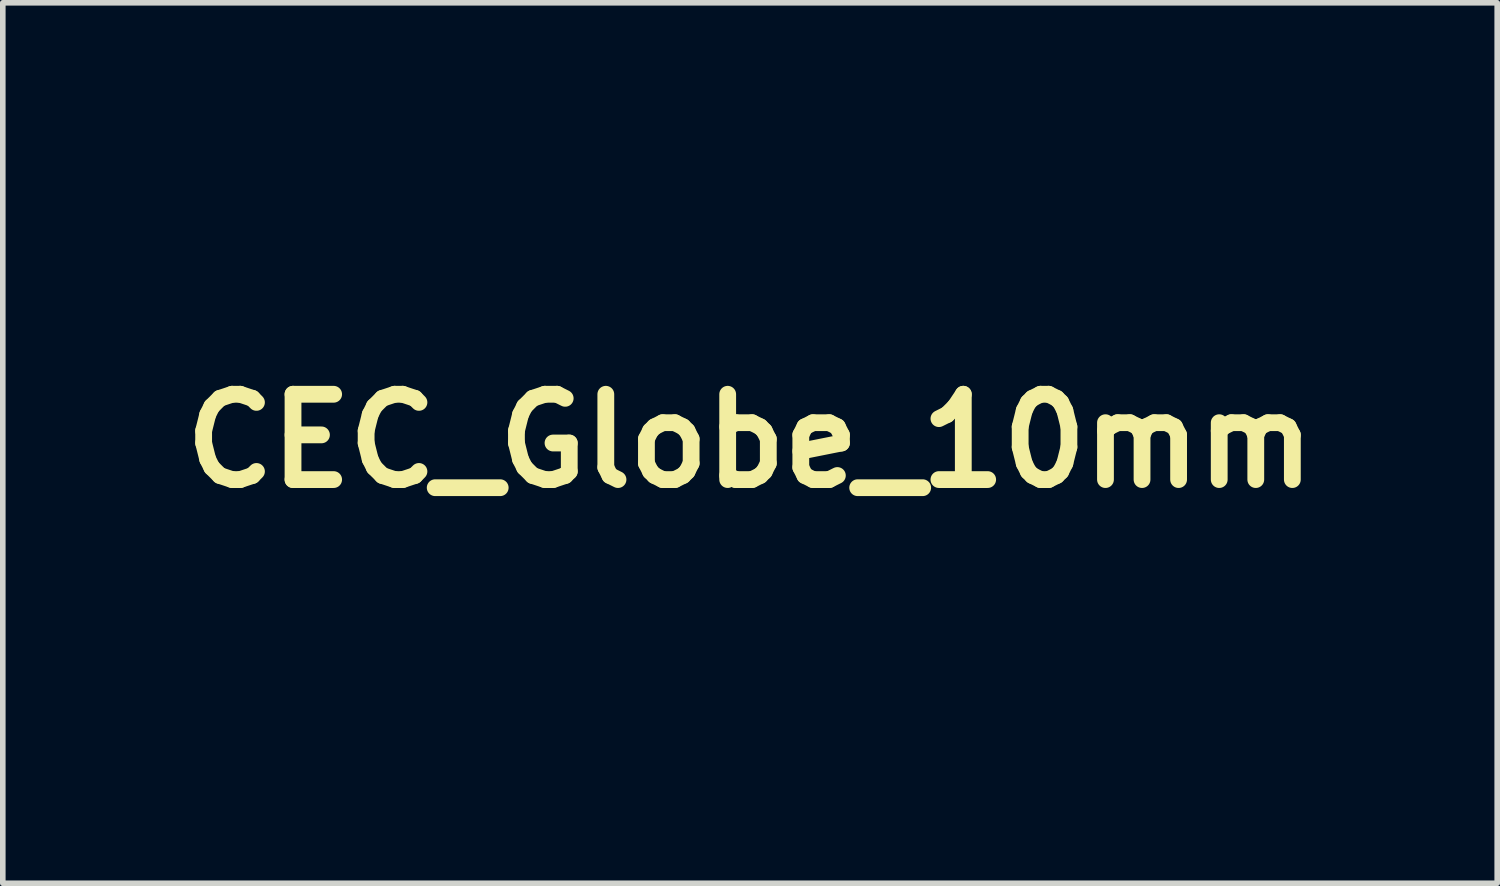
<source format=kicad_pcb>
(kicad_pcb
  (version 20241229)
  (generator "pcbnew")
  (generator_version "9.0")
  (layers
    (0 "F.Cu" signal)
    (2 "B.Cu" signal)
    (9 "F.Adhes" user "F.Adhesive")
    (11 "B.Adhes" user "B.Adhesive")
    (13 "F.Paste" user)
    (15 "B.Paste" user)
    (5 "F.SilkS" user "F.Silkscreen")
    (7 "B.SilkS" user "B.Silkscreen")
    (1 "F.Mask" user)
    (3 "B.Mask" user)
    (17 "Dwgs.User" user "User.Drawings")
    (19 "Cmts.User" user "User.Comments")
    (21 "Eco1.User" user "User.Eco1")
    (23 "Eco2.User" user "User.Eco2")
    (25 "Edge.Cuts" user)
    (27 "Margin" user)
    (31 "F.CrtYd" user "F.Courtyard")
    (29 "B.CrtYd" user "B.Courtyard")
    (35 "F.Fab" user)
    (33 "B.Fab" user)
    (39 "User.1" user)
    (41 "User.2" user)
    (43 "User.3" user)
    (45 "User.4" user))
  (footprint "CEC_Globe_10mm"
    (layer "F.Cu")
    (at 10.349 4.828)
    (property "Reference" "CEC_Globe_10mm" (at 0 0 0) (layer "F.SilkS") (effects (font (size 1.524 1.524) (thickness 0.3))))
    (attr through_hole)
    (fp_poly (pts (xy 0.23 -4.822) (xy 0.793 -4.777) (xy 1.267 -4.689) (xy 1.341 -4.668) (xy 2.158 -4.328) (xy 2.906 -3.848) (xy 3.436 -3.373) (xy 3.895 -2.845) (xy 4.241 -2.323) (xy 4.516 -1.742) (xy 4.586 -1.56) (xy 4.694 -1.135) (xy 4.761 -0.602) (xy 4.787 -0.017) (xy 4.769 0.565) (xy 4.708 1.088) (xy 4.623 1.439) (xy 4.251 2.306) (xy 3.759 3.063) (xy 3.154 3.7) (xy 2.442 4.21) (xy 2.106 4.388) (xy 1.728 4.554) (xy 1.345 4.7) (xy 1.025 4.8) (xy 0.948 4.818) (xy 0.591 4.867) (xy 0.139 4.893) (xy -0.334 4.896) (xy -0.753 4.874) (xy -0.931 4.852) (xy -1.397 4.736) (xy -1.918 4.547) (xy -2.414 4.315) (xy -2.683 4.159) (xy -3.248 3.72) (xy -2.794 3.72) (xy -2.723 3.791) (xy -2.534 3.913) (xy -2.259 4.065) (xy -2.107 4.143) (xy -1.742 4.318) (xy -1.472 4.433) (xy -1.311 4.483) (xy -1.272 4.464) (xy -1.36 4.379) (xy -1.496 4.269) (xy -1.576 4.205) (xy -0.926 4.205) (xy -0.869 4.341) (xy -0.759 4.471) (xy -0.61 4.592) (xy -0.468 4.653) (xy -0.378 4.644) (xy -0.38 4.628) (xy 0.36 4.628) (xy 0.403 4.646) (xy 0.459 4.629) (xy 0.645 4.579) (xy 0.718 4.572) (xy 0.837 4.524) (xy 1.039 4.4) (xy 1.15 4.322) (xy 1.511 4.322) (xy 1.525 4.349) (xy 1.638 4.317) (xy 1.651 4.313) (xy 1.883 4.213) (xy 2.163 4.07) (xy 2.26 4.015) (xy 2.536 3.84) (xy 2.658 3.722) (xy 2.628 3.658) (xy 2.481 3.642) (xy 2.242 3.713) (xy 1.933 3.927) (xy 1.82 4.023) (xy 1.606 4.219) (xy 1.511 4.322) (xy 1.15 4.322) (xy 1.281 4.23) (xy 1.523 4.046) (xy 1.725 3.877) (xy 1.846 3.753) (xy 1.863 3.718) (xy 1.787 3.671) (xy 1.597 3.644) (xy 1.495 3.641) (xy 1.278 3.653) (xy 1.118 3.713) (xy 0.959 3.85) (xy 0.791 4.043) (xy 0.546 4.342) (xy 0.405 4.532) (xy 0.36 4.628) (xy -0.38 4.628) (xy -0.386 4.555) (xy -0.389 4.551) (xy -0.522 4.362) (xy -0.678 4.203) (xy -0.811 4.115) (xy -0.859 4.114) (xy -0.926 4.205) (xy -1.576 4.205) (xy -1.709 4.096) (xy -1.876 3.958) (xy -2.207 3.731) (xy -2.309 3.698) (xy -1.863 3.698) (xy -1.804 3.783) (xy -1.655 3.927) (xy -1.587 3.986) (xy -1.414 4.125) (xy -1.329 4.158) (xy -1.293 4.096) (xy -1.284 4.05) (xy -1.283 3.848) (xy -1.303 3.762) (xy -1.341 3.732) (xy -0.762 3.732) (xy -0.714 3.833) (xy -0.594 4.01) (xy -0.438 4.219) (xy -0.282 4.412) (xy -0.161 4.542) (xy -0.117 4.572) (xy -0.099 4.495) (xy -0.088 4.298) (xy -0.085 4.106) (xy -0.085 3.641) (xy 0.085 3.641) (xy 0.088 4.128) (xy 0.092 4.614) (xy 0.469 4.193) (xy 0.661 3.97) (xy 0.797 3.795) (xy 0.847 3.706) (xy 0.771 3.667) (xy 0.579 3.644) (xy 0.466 3.641) (xy 0.085 3.641) (xy -0.085 3.641) (xy -0.423 3.641) (xy -0.636 3.661) (xy -0.753 3.712) (xy -0.762 3.732) (xy -1.341 3.732) (xy -1.396 3.691) (xy -1.565 3.647) (xy -1.74 3.638) (xy -1.852 3.672) (xy -1.863 3.698) (xy -2.309 3.698) (xy -2.483 3.643) (xy -2.528 3.641) (xy -2.711 3.663) (xy -2.794 3.716) (xy -2.794 3.72) (xy -3.248 3.72) (xy -3.271 3.702) (xy -3.808 3.14) (xy -4.267 2.511) (xy -4.533 2.011) (xy -4.233 2.011) (xy -4.178 2.168) (xy -4.036 2.407) (xy -3.836 2.69) (xy -3.608 2.978) (xy -3.383 3.232) (xy -3.191 3.413) (xy -3.094 3.475) (xy -2.878 3.531) (xy -2.645 3.55) (xy -2.47 3.527) (xy -2.433 3.506) (xy -2.45 3.415) (xy -2.547 3.234) (xy -2.66 3.061) (xy -2.862 2.759) (xy -3.059 2.44) (xy -3.136 2.307) (xy -3.259 2.098) (xy -3.298 2.061) (xy -3.048 2.061) (xy -3.002 2.192) (xy -2.881 2.416) (xy -2.713 2.691) (xy -2.524 2.973) (xy -2.343 3.221) (xy -2.202 3.386) (xy -1.986 3.511) (xy -1.733 3.539) (xy -1.509 3.47) (xy -1.424 3.387) (xy -0.533 3.387) (xy -0.511 3.512) (xy -0.353 3.544) (xy -0.31 3.54) (xy -0.207 3.506) (xy -0.149 3.414) (xy -0.121 3.223) (xy -0.114 3.071) (xy 0.084 3.071) (xy 0.093 3.331) (xy 0.135 3.492) (xy 0.145 3.503) (xy 0.259 3.535) (xy 0.478 3.543) (xy 0.59 3.539) (xy 0.784 3.521) (xy 0.917 3.477) (xy 0.951 3.444) (xy 1.319 3.444) (xy 1.32 3.484) (xy 1.435 3.536) (xy 1.646 3.554) (xy 1.885 3.537) (xy 2.084 3.488) (xy 2.109 3.475) (xy 2.12 3.466) (xy 2.455 3.466) (xy 2.519 3.549) (xy 2.678 3.55) (xy 2.887 3.48) (xy 3.101 3.348) (xy 3.152 3.304) (xy 3.316 3.15) (xy 3.361 3.076) (xy 3.299 3.053) (xy 3.239 3.05) (xy 3.085 3) (xy 3.048 2.921) (xy 3.008 2.808) (xy 2.973 2.794) (xy 2.878 2.858) (xy 2.737 3.012) (xy 2.592 3.204) (xy 2.485 3.378) (xy 2.455 3.466) (xy 2.12 3.466) (xy 2.234 3.366) (xy 2.409 3.161) (xy 2.579 2.931) (xy 2.748 2.677) (xy 2.832 2.511) (xy 2.844 2.382) (xy 2.798 2.242) (xy 2.783 2.207) (xy 2.693 2.045) (xy 2.573 1.969) (xy 2.363 1.948) (xy 2.284 1.947) (xy 1.9 1.947) (xy 1.588 2.679) (xy 1.456 3.005) (xy 1.363 3.272) (xy 1.319 3.444) (xy 0.951 3.444) (xy 1.025 3.374) (xy 1.145 3.181) (xy 1.281 2.921) (xy 1.488 2.521) (xy 1.613 2.249) (xy 1.652 2.08) (xy 1.598 1.99) (xy 1.444 1.954) (xy 1.186 1.947) (xy 1.037 1.947) (xy 0.37 1.947) (xy 0.227 2.247) (xy 0.155 2.472) (xy 0.106 2.766) (xy 0.084 3.071) (xy -0.114 3.071) (xy -0.111 3.006) (xy -0.107 2.744) (xy -0.119 2.64) (xy -0.15 2.679) (xy -0.166 2.728) (xy -0.273 2.965) (xy -0.414 3.183) (xy -0.533 3.387) (xy -1.424 3.387) (xy -1.412 3.376) (xy -1.386 3.257) (xy -1.426 3.061) (xy -1.538 2.759) (xy -1.61 2.593) (xy -1.825 2.102) (xy -1.628 2.102) (xy -1.575 2.282) (xy -1.508 2.455) (xy -1.404 2.69) (xy -1.321 2.843) (xy -1.29 2.879) (xy -1.274 2.804) (xy -1.284 2.617) (xy -1.295 2.528) (xy -1.379 2.222) (xy -1.525 2.058) (xy -1.625 2.033) (xy -1.628 2.102) (xy -1.825 2.102) (xy -1.893 1.947) (xy -2.471 1.947) (xy -2.798 1.957) (xy -2.982 1.99) (xy -3.047 2.05) (xy -3.048 2.061) (xy -3.298 2.061) (xy -3.372 1.991) (xy -3.537 1.953) (xy -3.783 1.947) (xy -4.033 1.958) (xy -4.197 1.986) (xy -4.233 2.011) (xy -4.533 2.011) (xy -4.617 1.853) (xy -4.828 1.228) (xy -4.89 0.803) (xy -4.917 0.277) (xy -4.914 0.075) (xy -4.682 0.075) (xy -4.631 0.624) (xy -4.583 0.968) (xy -4.512 1.292) (xy -4.453 1.475) (xy -4.367 1.655) (xy -4.267 1.744) (xy -4.095 1.775) (xy -3.899 1.778) (xy -3.656 1.767) (xy -3.502 1.738) (xy -3.473 1.714) (xy -3.489 1.608) (xy -3.533 1.377) (xy -3.595 1.062) (xy -3.63 0.889) (xy -3.736 0.366) (xy -3.556 0.366) (xy -3.53 0.615) (xy -3.464 0.931) (xy -3.374 1.255) (xy -3.277 1.525) (xy -3.198 1.672) (xy -3.058 1.735) (xy -2.776 1.771) (xy -2.526 1.778) (xy -1.94 1.778) (xy -1.995 1.46) (xy -2.066 1.065) (xy -2.103 0.9) (xy -1.934 0.9) (xy -1.913 0.984) (xy -1.843 1.078) (xy -1.758 1.03) (xy -1.704 0.915) (xy -1.76 0.831) (xy -1.872 0.772) (xy -1.914 0.785) (xy -1.934 0.9) (xy -2.103 0.9) (xy -2.125 0.8) (xy -2.193 0.628) (xy -2.289 0.513) (xy -2.435 0.419) (xy -2.628 0.32) (xy -2.871 0.214) (xy -2.001 0.214) (xy -1.999 0.219) (xy -1.952 0.409) (xy -1.947 0.473) (xy -1.882 0.568) (xy -1.735 0.588) (xy -1.581 0.528) (xy -1.556 0.506) (xy -1.421 0.477) (xy -1.19 0.519) (xy -0.913 0.614) (xy -0.636 0.74) (xy -0.406 0.878) (xy -0.271 1.008) (xy -0.254 1.061) (xy -0.208 1.172) (xy -0.169 1.185) (xy -0.125 1.108) (xy -0.095 0.902) (xy -0.085 0.635) (xy -0.085 0.085) (xy 0.085 0.085) (xy 0.085 0.664) (xy 0.09 0.974) (xy 0.114 1.159) (xy 0.172 1.263) (xy 0.276 1.33) (xy 0.296 1.339) (xy 0.463 1.476) (xy 0.508 1.607) (xy 0.523 1.695) (xy 0.59 1.746) (xy 0.746 1.77) (xy 1.024 1.778) (xy 1.139 1.778) (xy 1.77 1.778) (xy 1.952 1.778) (xy 2.373 1.778) (xy 2.629 1.767) (xy 2.756 1.727) (xy 2.791 1.642) (xy 2.791 1.63) (xy 2.74 1.444) (xy 2.738 1.442) (xy 4.18 1.442) (xy 4.196 1.531) (xy 4.263 1.579) (xy 4.327 1.476) (xy 4.383 1.303) (xy 4.397 1.231) (xy 4.353 1.217) (xy 4.266 1.286) (xy 4.18 1.442) (xy 2.738 1.442) (xy 2.67 1.325) (xy 2.594 1.155) (xy 2.597 1.05) (xy 2.592 0.946) (xy 2.556 0.931) (xy 2.405 0.903) (xy 2.336 0.88) (xy 2.222 0.895) (xy 2.125 1.045) (xy 2.037 1.345) (xy 2.004 1.503) (xy 1.952 1.778) (xy 1.77 1.778) (xy 1.858 1.46) (xy 1.929 1.169) (xy 1.936 1.005) (xy 1.879 0.938) (xy 1.829 0.931) (xy 1.713 0.879) (xy 1.559 0.748) (xy 1.405 0.58) (xy 1.322 0.466) (xy 4.403 0.466) (xy 4.445 0.508) (xy 4.487 0.466) (xy 4.445 0.423) (xy 4.403 0.466) (xy 1.322 0.466) (xy 1.287 0.418) (xy 1.239 0.302) (xy 1.258 0.272) (xy 1.314 0.221) (xy 4.178 0.221) (xy 4.191 0.254) (xy 4.267 0.335) (xy 4.281 0.339) (xy 4.317 0.273) (xy 4.318 0.254) (xy 4.253 0.173) (xy 4.228 0.169) (xy 4.178 0.221) (xy 1.314 0.221) (xy 1.35 0.189) (xy 1.355 0.162) (xy 1.277 0.125) (xy 1.071 0.098) (xy 0.779 0.085) (xy 0.72 0.085) (xy 0.085 0.085) (xy -0.085 0.085) (xy -0.546 0.085) (xy -0.852 0.103) (xy -1.122 0.15) (xy -1.226 0.184) (xy -1.415 0.241) (xy -1.537 0.19) (xy -1.543 0.184) (xy -1.702 0.105) (xy -1.846 0.085) (xy -1.992 0.113) (xy -2.001 0.214) (xy -2.871 0.214) (xy -2.918 0.193) (xy -3.183 0.108) (xy -3.323 0.086) (xy -3.483 0.105) (xy -3.546 0.2) (xy -3.556 0.366) (xy -3.736 0.366) (xy -3.785 0.127) (xy -4.682 0.075) (xy -4.914 0.075) (xy -4.91 -0.285) (xy -4.907 -0.315) (xy -4.682 -0.315) (xy -4.661 -0.167) (xy -4.582 -0.085) (xy -4.581 -0.085) (xy -4.378 -0.022) (xy -4.118 -0.007) (xy -3.895 -0.04) (xy -3.839 -0.065) (xy -3.79 -0.172) (xy -3.773 -0.249) (xy -3.582 -0.249) (xy -3.542 -0.111) (xy -3.538 -0.106) (xy -3.421 -0.01) (xy -3.284 -0.043) (xy -3.228 -0.076) (xy -3.164 -0.152) (xy -3.179 -0.217) (xy -2.578 -0.217) (xy -2.577 -0.074) (xy -2.556 -0.044) (xy -2.423 -0.006) (xy -2.288 -0.086) (xy -2.217 -0.234) (xy -2.222 -0.285) (xy -2.032 -0.285) (xy -2.006 -0.118) (xy -1.947 -0.039) (xy -1.89 -0.081) (xy -1.876 -0.128) (xy -1.899 -0.303) (xy -1.939 -0.365) (xy -2.012 -0.395) (xy -2.032 -0.285) (xy -2.222 -0.285) (xy -2.234 -0.383) (xy -2.313 -0.41) (xy -1.682 -0.41) (xy -1.677 -0.207) (xy -1.56 -0.078) (xy -1.503 -0.06) (xy -1.149 -0.02) (xy -0.747 -0.015) (xy -0.395 -0.045) (xy -0.349 -0.053) (xy -0.085 -0.106) (xy -0.085 -0.898) (xy 0.085 -0.898) (xy 0.087 -0.507) (xy 0.109 -0.255) (xy 0.175 -0.109) (xy 0.308 -0.04) (xy 0.533 -0.016) (xy 0.767 -0.01) (xy 1.025 -0.021) (xy 1.213 -0.095) (xy 1.344 -0.209) (xy 3.917 -0.209) (xy 3.934 -0.175) (xy 4.014 -0.087) (xy 4.029 -0.149) (xy 4.009 -0.215) (xy 3.946 -0.308) (xy 3.918 -0.306) (xy 3.917 -0.209) (xy 1.344 -0.209) (xy 1.409 -0.265) (xy 1.441 -0.298) (xy 1.622 -0.509) (xy 1.702 -0.698) (xy 1.715 -0.946) (xy 1.714 -0.975) (xy 1.714 -1.034) (xy 2.218 -1.034) (xy 2.242 -0.953) (xy 2.403 -0.931) (xy 2.603 -0.883) (xy 2.705 -0.809) (xy 2.853 -0.719) (xy 3.083 -0.658) (xy 3.118 -0.654) (xy 3.341 -0.629) (xy 3.487 -0.609) (xy 3.499 -0.607) (xy 3.544 -0.662) (xy 3.54 -0.741) (xy 3.525 -0.762) (xy 3.725 -0.762) (xy 3.754 -0.68) (xy 3.763 -0.677) (xy 3.835 -0.737) (xy 3.852 -0.762) (xy 3.846 -0.84) (xy 3.815 -0.847) (xy 3.729 -0.785) (xy 3.725 -0.762) (xy 3.525 -0.762) (xy 3.466 -0.846) (xy 3.272 -0.903) (xy 3.146 -0.915) (xy 2.907 -0.95) (xy 2.819 -1.014) (xy 2.823 -1.053) (xy 2.788 -1.167) (xy 2.668 -1.254) (xy 2.491 -1.297) (xy 2.351 -1.21) (xy 2.336 -1.194) (xy 2.218 -1.034) (xy 1.714 -1.034) (xy 1.717 -1.22) (xy 1.762 -1.334) (xy 1.828 -1.355) (xy 1.928 -1.418) (xy 1.931 -1.503) (xy 1.898 -1.57) (xy 1.81 -1.615) (xy 1.636 -1.645) (xy 1.347 -1.663) (xy 0.994 -1.675) (xy 0.085 -1.699) (xy 0.085 -0.898) (xy -0.085 -0.898) (xy -0.085 -1.693) (xy -0.372 -1.693) (xy -0.603 -1.656) (xy -0.708 -1.566) (xy -0.819 -1.454) (xy -0.882 -1.439) (xy -1.038 -1.379) (xy -1.224 -1.235) (xy -1.378 -1.063) (xy -1.442 -0.922) (xy -1.492 -0.765) (xy -1.569 -0.64) (xy -1.682 -0.41) (xy -2.313 -0.41) (xy -2.355 -0.423) (xy -2.49 -0.359) (xy -2.578 -0.217) (xy -3.179 -0.217) (xy -3.193 -0.276) (xy -3.267 -0.414) (xy -3.384 -0.587) (xy -3.47 -0.675) (xy -3.48 -0.677) (xy -3.543 -0.605) (xy -3.58 -0.438) (xy -3.582 -0.249) (xy -3.773 -0.249) (xy -3.739 -0.409) (xy -3.696 -0.733) (xy -3.68 -0.91) (xy -3.619 -1.693) (xy -3.997 -1.693) (xy -4.234 -1.684) (xy -4.36 -1.629) (xy -4.437 -1.483) (xy -4.481 -1.343) (xy -4.561 -1.031) (xy -4.634 -0.679) (xy -4.651 -0.578) (xy -4.682 -0.315) (xy -4.907 -0.315) (xy -4.869 -0.818) (xy -4.796 -1.259) (xy -4.783 -1.312) (xy -4.563 -1.896) (xy -4.194 -1.896) (xy -4.1 -1.805) (xy -3.915 -1.818) (xy -3.742 -1.866) (xy -3.666 -1.893) (xy -3.668 -1.979) (xy -3.691 -2.179) (xy -3.712 -2.331) (xy -3.726 -2.427) (xy -1.593 -2.427) (xy -1.501 -2.374) (xy -1.448 -2.371) (xy -1.282 -2.445) (xy -1.195 -2.658) (xy -1.185 -2.801) (xy -1.141 -2.942) (xy -1.026 -2.963) (xy -0.867 -2.882) (xy -0.691 -2.717) (xy -0.524 -2.485) (xy -0.422 -2.283) (xy -0.355 -2.081) (xy -0.375 -1.985) (xy -0.407 -1.967) (xy -0.472 -1.889) (xy -0.461 -1.855) (xy -0.401 -1.787) (xy -0.305 -1.798) (xy -0.219 -1.829) (xy -0.125 -1.954) (xy -0.088 -2.207) (xy 0.085 -2.207) (xy 0.096 -1.99) (xy 0.159 -1.887) (xy 0.313 -1.845) (xy 0.36 -1.839) (xy 0.903 -1.793) (xy 1.293 -1.809) (xy 1.529 -1.885) (xy 1.56 -1.911) (xy 1.661 -2.103) (xy 1.671 -2.343) (xy 1.606 -2.575) (xy 1.48 -2.743) (xy 1.338 -2.794) (xy 1.188 -2.852) (xy 1.118 -2.98) (xy 1.159 -3.11) (xy 1.192 -3.137) (xy 1.259 -3.23) (xy 1.243 -3.273) (xy 1.129 -3.285) (xy 1.013 -3.235) (xy 0.83 -3.152) (xy 0.729 -3.133) (xy 0.614 -3.065) (xy 0.474 -2.898) (xy 0.435 -2.836) (xy 0.305 -2.65) (xy 0.195 -2.547) (xy 0.172 -2.54) (xy 0.117 -2.465) (xy 0.087 -2.278) (xy 0.085 -2.207) (xy -0.088 -2.207) (xy -0.085 -2.23) (xy -0.099 -2.647) (xy -0.139 -2.994) (xy -0.182 -3.31) (xy 1.453 -3.31) (xy 1.488 -3.207) (xy 1.566 -3.133) (xy 1.668 -2.968) (xy 1.693 -2.828) (xy 1.768 -2.621) (xy 1.905 -2.49) (xy 2.057 -2.36) (xy 2.117 -2.251) (xy 2.183 -2.079) (xy 2.34 -2.007) (xy 2.464 -2.036) (xy 2.612 -2.139) (xy 2.663 -2.194) (xy 2.635 -2.286) (xy 2.921 -2.286) (xy 2.928 -2.208) (xy 2.958 -2.201) (xy 3.045 -2.263) (xy 3.048 -2.286) (xy 3.019 -2.368) (xy 3.011 -2.371) (xy 2.938 -2.311) (xy 2.921 -2.286) (xy 2.635 -2.286) (xy 2.634 -2.29) (xy 2.502 -2.422) (xy 2.478 -2.44) (xy 2.407 -2.498) (xy 3.133 -2.498) (xy 3.175 -2.455) (xy 3.217 -2.498) (xy 3.175 -2.54) (xy 3.133 -2.498) (xy 2.407 -2.498) (xy 2.328 -2.562) (xy 2.317 -2.596) (xy 3.415 -2.596) (xy 3.427 -2.546) (xy 3.471 -2.54) (xy 3.541 -2.571) (xy 3.528 -2.596) (xy 3.427 -2.607) (xy 3.415 -2.596) (xy 2.317 -2.596) (xy 2.302 -2.649) (xy 2.377 -2.752) (xy 2.963 -2.752) (xy 3.006 -2.709) (xy 3.048 -2.752) (xy 3.006 -2.794) (xy 2.963 -2.752) (xy 2.377 -2.752) (xy 2.385 -2.763) (xy 2.393 -2.772) (xy 2.518 -2.945) (xy 2.51 -3.086) (xy 2.4 -3.232) (xy 2.234 -3.335) (xy 2.569 -3.335) (xy 2.582 -3.302) (xy 2.694 -3.22) (xy 2.719 -3.217) (xy 2.765 -3.269) (xy 2.752 -3.302) (xy 2.64 -3.384) (xy 2.615 -3.387) (xy 2.569 -3.335) (xy 2.234 -3.335) (xy 2.22 -3.343) (xy 1.925 -3.386) (xy 1.85 -3.387) (xy 1.571 -3.369) (xy 1.453 -3.31) (xy -0.182 -3.31) (xy -0.192 -3.387) (xy -0.633 -3.387) (xy -0.935 -3.366) (xy -1.145 -3.282) (xy -1.312 -3.102) (xy -1.471 -2.819) (xy -1.582 -2.567) (xy -1.593 -2.427) (xy -3.726 -2.427) (xy -3.76 -2.656) (xy -1.857 -2.656) (xy -1.792 -2.625) (xy -1.71 -2.693) (xy -1.615 -2.856) (xy -1.548 -3.012) (xy -1.566 -3.031) (xy -1.686 -2.927) (xy -1.828 -2.766) (xy -1.857 -2.656) (xy -3.76 -2.656) (xy -3.775 -2.752) (xy -4.01 -2.384) (xy -4.164 -2.091) (xy -4.194 -1.896) (xy -4.563 -1.896) (xy -4.492 -2.087) (xy -4.054 -2.805) (xy -3.491 -3.447) (xy -3.252 -3.642) (xy -0.931 -3.642) (xy -0.855 -3.593) (xy -0.66 -3.562) (xy -0.508 -3.556) (xy -0.085 -3.556) (xy -0.085 -3.725) (xy 1.524 -3.725) (xy 1.574 -3.593) (xy 1.736 -3.556) (xy 1.895 -3.584) (xy 1.947 -3.638) (xy 1.882 -3.731) (xy 1.737 -3.834) (xy 1.592 -3.893) (xy 1.572 -3.895) (xy 1.533 -3.823) (xy 1.524 -3.725) (xy -0.085 -3.725) (xy -0.085 -3.842) (xy -0.124 -4.076) (xy -0.189 -4.187) (xy 1.653 -4.187) (xy 1.724 -4.085) (xy 1.874 -3.947) (xy 2.068 -3.8) (xy 2.275 -3.669) (xy 2.46 -3.58) (xy 2.566 -3.556) (xy 2.725 -3.581) (xy 2.751 -3.642) (xy 2.639 -3.743) (xy 2.427 -3.881) (xy 2.17 -4.027) (xy 1.923 -4.151) (xy 1.738 -4.222) (xy 1.693 -4.229) (xy 1.653 -4.187) (xy -0.189 -4.187) (xy -0.22 -4.24) (xy -0.221 -4.241) (xy -0.318 -4.292) (xy -0.423 -4.256) (xy -0.579 -4.112) (xy -0.644 -4.041) (xy -0.81 -3.844) (xy -0.914 -3.69) (xy -0.931 -3.642) (xy -3.252 -3.642) (xy -3.147 -3.727) (xy -1.801 -3.727) (xy -1.776 -3.687) (xy -1.617 -3.68) (xy -1.534 -3.682) (xy -1.338 -3.703) (xy -1.174 -3.775) (xy -0.995 -3.928) (xy -0.804 -4.131) (xy -0.62 -4.347) (xy -0.505 -4.504) (xy -0.48 -4.571) (xy -0.484 -4.572) (xy -0.601 -4.529) (xy -0.813 -4.416) (xy -1.076 -4.262) (xy -1.343 -4.093) (xy -1.572 -3.937) (xy -1.717 -3.822) (xy -1.801 -3.727) (xy -3.147 -3.727) (xy -2.919 -3.913) (xy -2.321 -3.913) (xy -2.282 -3.848) (xy -2.223 -3.787) (xy -2.156 -3.771) (xy -2.049 -3.815) (xy -1.869 -3.931) (xy -1.587 -4.131) (xy -1.372 -4.29) (xy -1.226 -4.407) (xy -1.185 -4.449) (xy -1.255 -4.446) (xy -1.432 -4.392) (xy -1.668 -4.304) (xy -1.917 -4.201) (xy -2.113 -4.108) (xy -2.285 -4.001) (xy -2.321 -3.913) (xy -2.919 -3.913) (xy -2.82 -3.994) (xy -2.061 -4.427) (xy -1.36 -4.691) (xy -0.909 -4.78) (xy -0.358 -4.823) (xy 0.23 -4.822)) (stroke (width 0.01) (type solid)) (fill yes) (layer "F.Mask")))
  (gr_rect
    (start -3 -3)
    (end 23.697 12.729)
    (stroke (width 0.1) (type default))
    (fill no)
    (layer "Edge.Cuts")))
</source>
